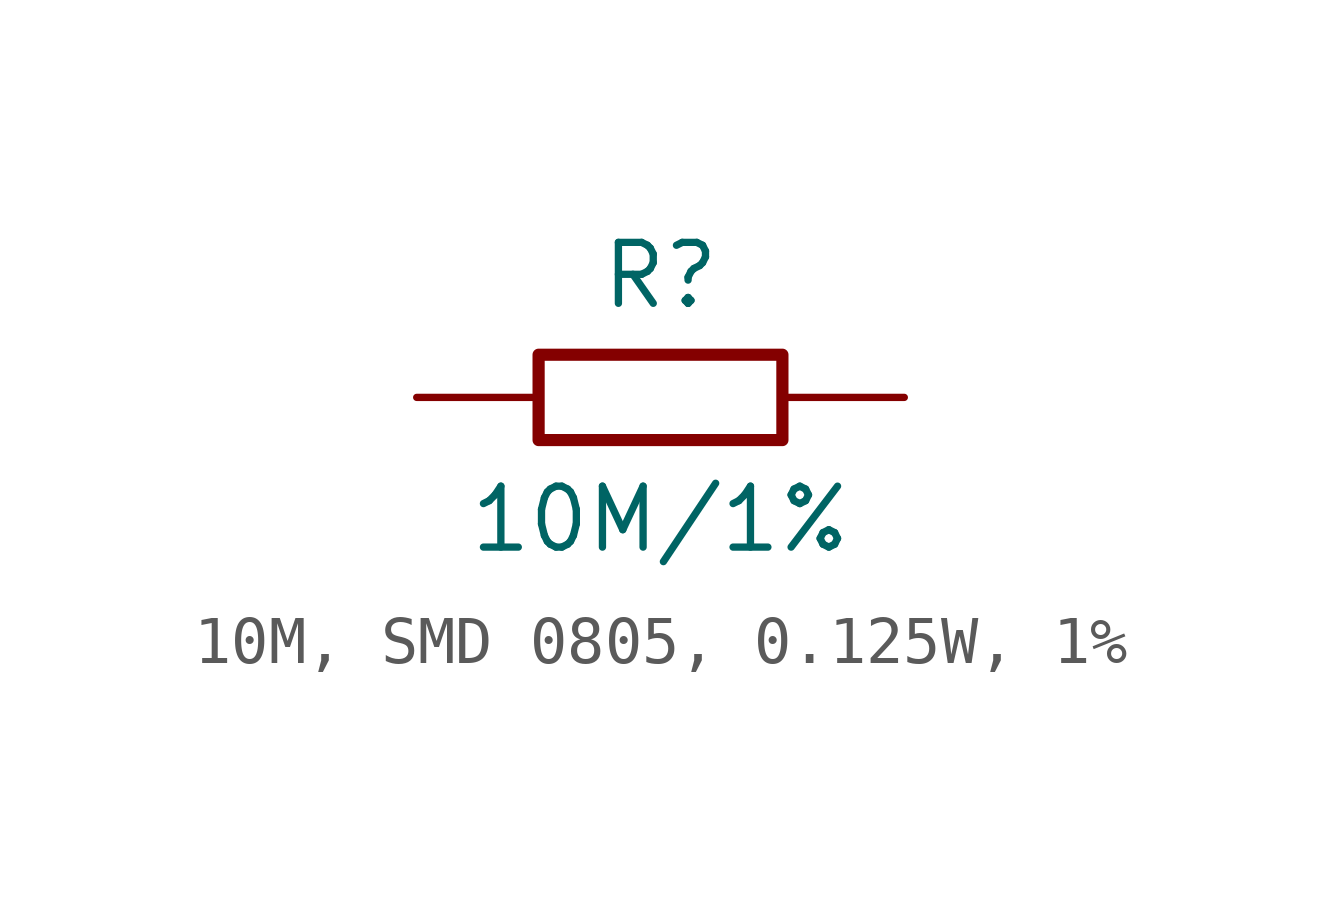
<source format=kicad_sym>
(kicad_symbol_lib
  (version 20220914)
  (generator kicad_symbol_editor)
  (symbol "10M, SMD 0805, 0.125W, 1%"
    (pin_numbers hide)
    (pin_names
      (offset 0) hide)
    (property "Reference" "R"
      (at 0 2.54 0)
      (effects (font (size 1.27 1.27))))
    (property "Value" "10M/1%"
      (at 0 -2.54 0)
      (effects (font (size 1.27 1.27))))
    (symbol "10M, SMD 0805, 0.125W, 1%_0_1"
      (rectangle (start -2.54 0.889) (end 2.54 -0.889) (stroke (width 0.254) (type default)) (fill (type none))))
    (symbol "10M, SMD 0805, 0.125W, 1%_1_1"
      (pin passive line (at -5.08 0 0) (length 2.54) (name "1" (effects (font (size 1.27 1.27)))) (number "1" (effects (font (size 1.27 1.27)))))
      (pin passive line (at 5.08 0 180) (length 2.54) (name "2" (effects (font (size 1.27 1.27)))) (number "2" (effects (font (size 1.27 1.27))))))))
</source>
